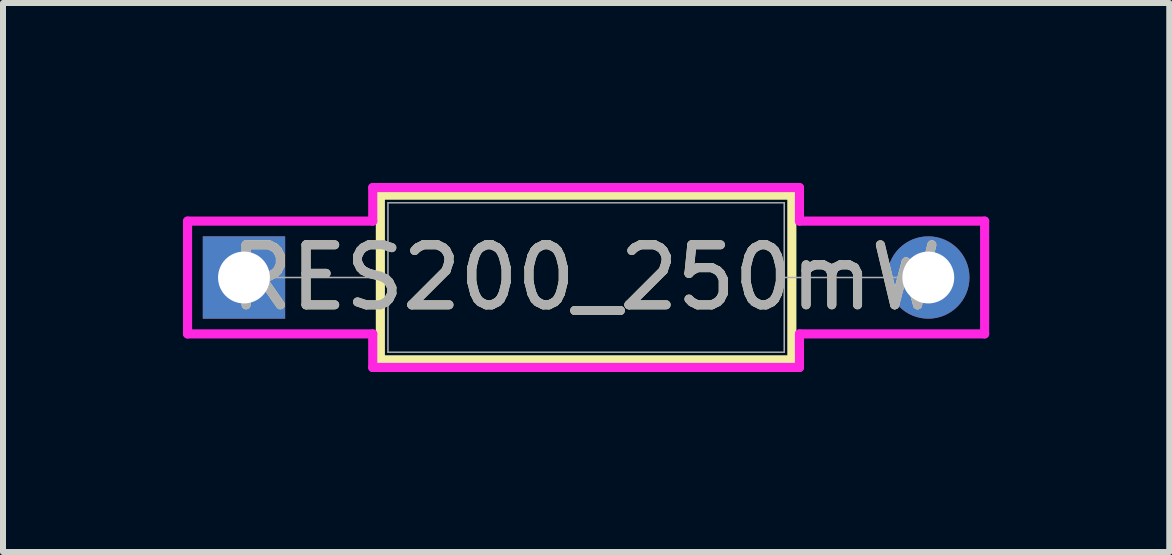
<source format=kicad_pcb>
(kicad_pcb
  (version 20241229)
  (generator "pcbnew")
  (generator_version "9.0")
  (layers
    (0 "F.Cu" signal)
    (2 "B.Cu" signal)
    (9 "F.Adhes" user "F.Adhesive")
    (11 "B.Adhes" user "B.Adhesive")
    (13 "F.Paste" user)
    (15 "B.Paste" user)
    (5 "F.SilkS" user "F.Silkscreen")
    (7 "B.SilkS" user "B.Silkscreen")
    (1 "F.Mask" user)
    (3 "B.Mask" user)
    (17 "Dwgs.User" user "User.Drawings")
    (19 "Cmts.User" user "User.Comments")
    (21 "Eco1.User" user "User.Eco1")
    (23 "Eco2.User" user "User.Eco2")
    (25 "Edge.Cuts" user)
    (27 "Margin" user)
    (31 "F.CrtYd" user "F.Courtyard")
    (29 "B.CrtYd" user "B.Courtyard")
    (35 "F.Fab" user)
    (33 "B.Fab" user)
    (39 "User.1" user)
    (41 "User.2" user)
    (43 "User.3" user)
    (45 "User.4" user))
  (footprint "RES200_250mW"
    (layer "F.Cu")
    (at 1.016 1.575)
    (property "Reference" "RES200_250mW" (at 5.702 0 0) (unlocked yes) (layer "F.SilkS") (effects (font (size 1 1) (thickness 0.15))))
    (attr through_hole)
    (fp_line (start 2.273 -1.372) (end 2.273 1.372) (stroke (width 0.152) (type solid)) (layer "F.SilkS"))
    (fp_line (start 2.273 1.372) (end 9.131 1.372) (stroke (width 0.152) (type solid)) (layer "F.SilkS"))
    (fp_line (start 9.131 -1.372) (end 2.273 -1.372) (stroke (width 0.152) (type solid)) (layer "F.SilkS"))
    (fp_line (start 9.131 1.372) (end 9.131 -1.372) (stroke (width 0.152) (type solid)) (layer "F.SilkS"))
    (fp_line (start -0.94 -0.94) (end 2.146 -0.94) (stroke (width 0.152) (type solid)) (layer "F.CrtYd"))
    (fp_line (start -0.94 0.94) (end -0.94 -0.94) (stroke (width 0.152) (type solid)) (layer "F.CrtYd"))
    (fp_line (start 2.146 -1.499) (end 9.258 -1.499) (stroke (width 0.152) (type solid)) (layer "F.CrtYd"))
    (fp_line (start 2.146 -0.94) (end 2.146 -1.499) (stroke (width 0.152) (type solid)) (layer "F.CrtYd"))
    (fp_line (start 2.146 0.94) (end -0.94 0.94) (stroke (width 0.152) (type solid)) (layer "F.CrtYd"))
    (fp_line (start 2.146 1.499) (end 2.146 0.94) (stroke (width 0.152) (type solid)) (layer "F.CrtYd"))
    (fp_line (start 9.258 -1.499) (end 9.258 -0.94) (stroke (width 0.152) (type solid)) (layer "F.CrtYd"))
    (fp_line (start 9.258 -0.94) (end 12.344 -0.94) (stroke (width 0.152) (type solid)) (layer "F.CrtYd"))
    (fp_line (start 9.258 0.94) (end 9.258 1.499) (stroke (width 0.152) (type solid)) (layer "F.CrtYd"))
    (fp_line (start 9.258 1.499) (end 2.146 1.499) (stroke (width 0.152) (type solid)) (layer "F.CrtYd"))
    (fp_line (start 12.344 -0.94) (end 12.344 0.94) (stroke (width 0.152) (type solid)) (layer "F.CrtYd"))
    (fp_line (start 12.344 0.94) (end 9.258 0.94) (stroke (width 0.152) (type solid)) (layer "F.CrtYd"))
    (fp_line (start 0 0) (end 2.4 0) (stroke (width 0.025) (type solid)) (layer "F.Fab"))
    (fp_line (start 2.4 -1.245) (end 2.4 1.245) (stroke (width 0.025) (type solid)) (layer "F.Fab"))
    (fp_line (start 2.4 1.245) (end 9.004 1.245) (stroke (width 0.025) (type solid)) (layer "F.Fab"))
    (fp_line (start 9.004 -1.245) (end 2.4 -1.245) (stroke (width 0.025) (type solid)) (layer "F.Fab"))
    (fp_line (start 9.004 1.245) (end 9.004 -1.245) (stroke (width 0.025) (type solid)) (layer "F.Fab"))
    (fp_line (start 11.405 0) (end 9.004 0) (stroke (width 0.025) (type solid)) (layer "F.Fab"))
    (fp_text user "${REFERENCE}" (at 5.702 0 0) (unlocked yes) (layer "F.Fab") (effects (font (size 1 1) (thickness 0.15))))
    (pad "1" thru_hole rect (at 0 0) (size 1.372 1.372) (drill 0.864) (layers "*.Cu" "*.Mask"))
    (pad "2" thru_hole circle (at 11.405 0) (size 1.372 1.372) (drill 0.864) (layers "*.Cu" "*.Mask")))
  (gr_rect
    (start -3 -3)
    (end 16.437 6.15)
    (stroke (width 0.1) (type default))
    (fill no)
    (layer "Edge.Cuts")))
</source>
